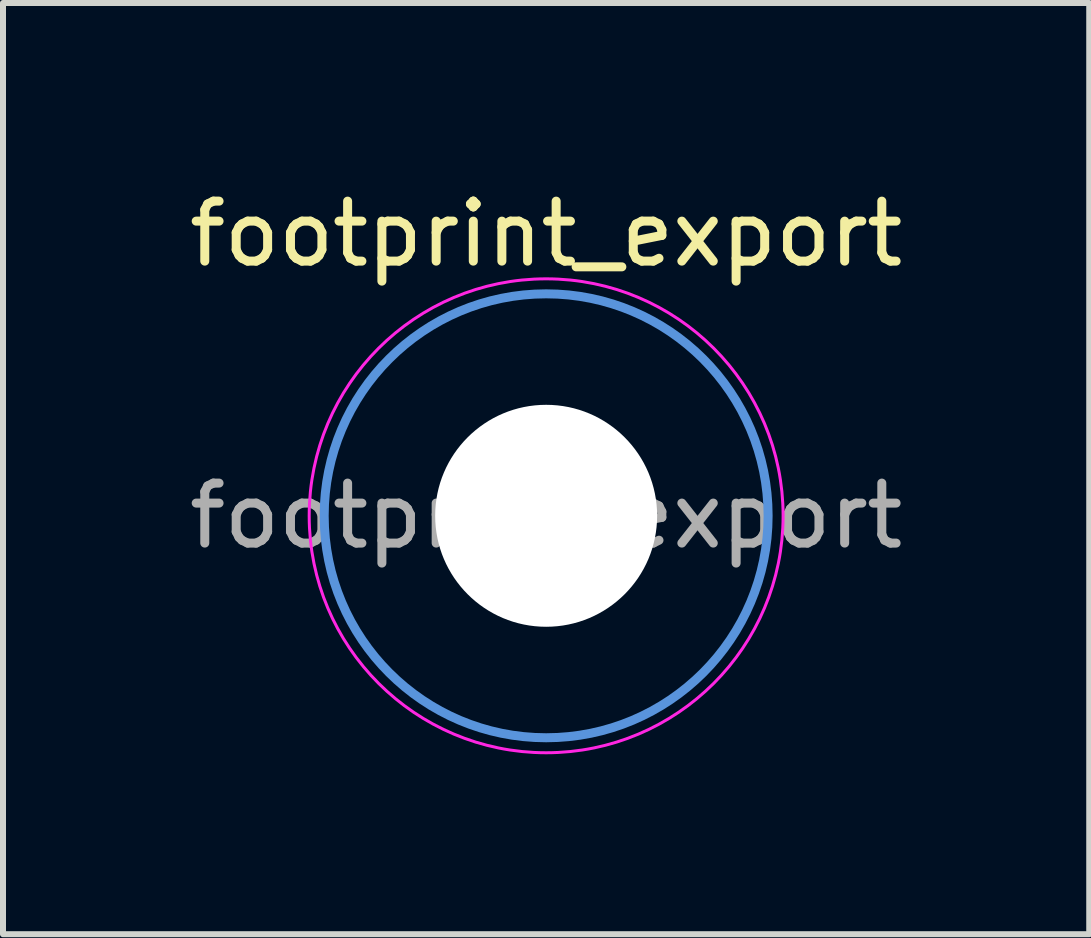
<source format=kicad_pcb>
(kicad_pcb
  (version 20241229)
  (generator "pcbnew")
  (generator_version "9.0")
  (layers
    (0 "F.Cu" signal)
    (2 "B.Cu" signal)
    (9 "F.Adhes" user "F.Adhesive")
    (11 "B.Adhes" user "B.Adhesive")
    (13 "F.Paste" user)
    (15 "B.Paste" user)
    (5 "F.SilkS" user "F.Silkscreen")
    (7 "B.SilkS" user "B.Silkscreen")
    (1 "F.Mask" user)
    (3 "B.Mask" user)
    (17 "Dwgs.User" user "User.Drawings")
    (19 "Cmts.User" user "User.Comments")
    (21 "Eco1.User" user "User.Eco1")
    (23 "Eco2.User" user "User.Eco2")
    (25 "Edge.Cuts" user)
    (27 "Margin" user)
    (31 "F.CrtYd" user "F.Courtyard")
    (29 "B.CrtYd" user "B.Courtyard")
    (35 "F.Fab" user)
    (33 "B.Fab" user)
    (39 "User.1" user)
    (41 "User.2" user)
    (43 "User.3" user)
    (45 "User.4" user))
  (footprint "footprint_export"
    (layer "F.Cu")
    (at 6.054 5.548)
    (property "Reference" "footprint_export" (at 0 -4.7 0) (layer "F.SilkS") (effects (font (size 1 1) (thickness 0.15))))
    (attr exclude_from_pos_files exclude_from_bom)
    (fp_circle (center 0 0) (end 3.7 0) (stroke (width 0.15) (type solid)) (fill no) (layer "Cmts.User"))
    (fp_circle (center 0 0) (end 3.95 0) (stroke (width 0.05) (type solid)) (fill no) (layer "F.CrtYd"))
    (fp_text user "${REFERENCE}" (at 0 0 0) (layer "F.Fab") (effects (font (size 1 1) (thickness 0.15))))
    (pad "" np_thru_hole circle (at 0 0) (size 3.7 3.7) (drill 3.7) (layers "*.Cu" "*.Mask")))
  (gr_rect
    (start -3 -3)
    (end 15.107 12.523)
    (stroke (width 0.1) (type default))
    (fill no)
    (layer "Edge.Cuts")))
</source>
